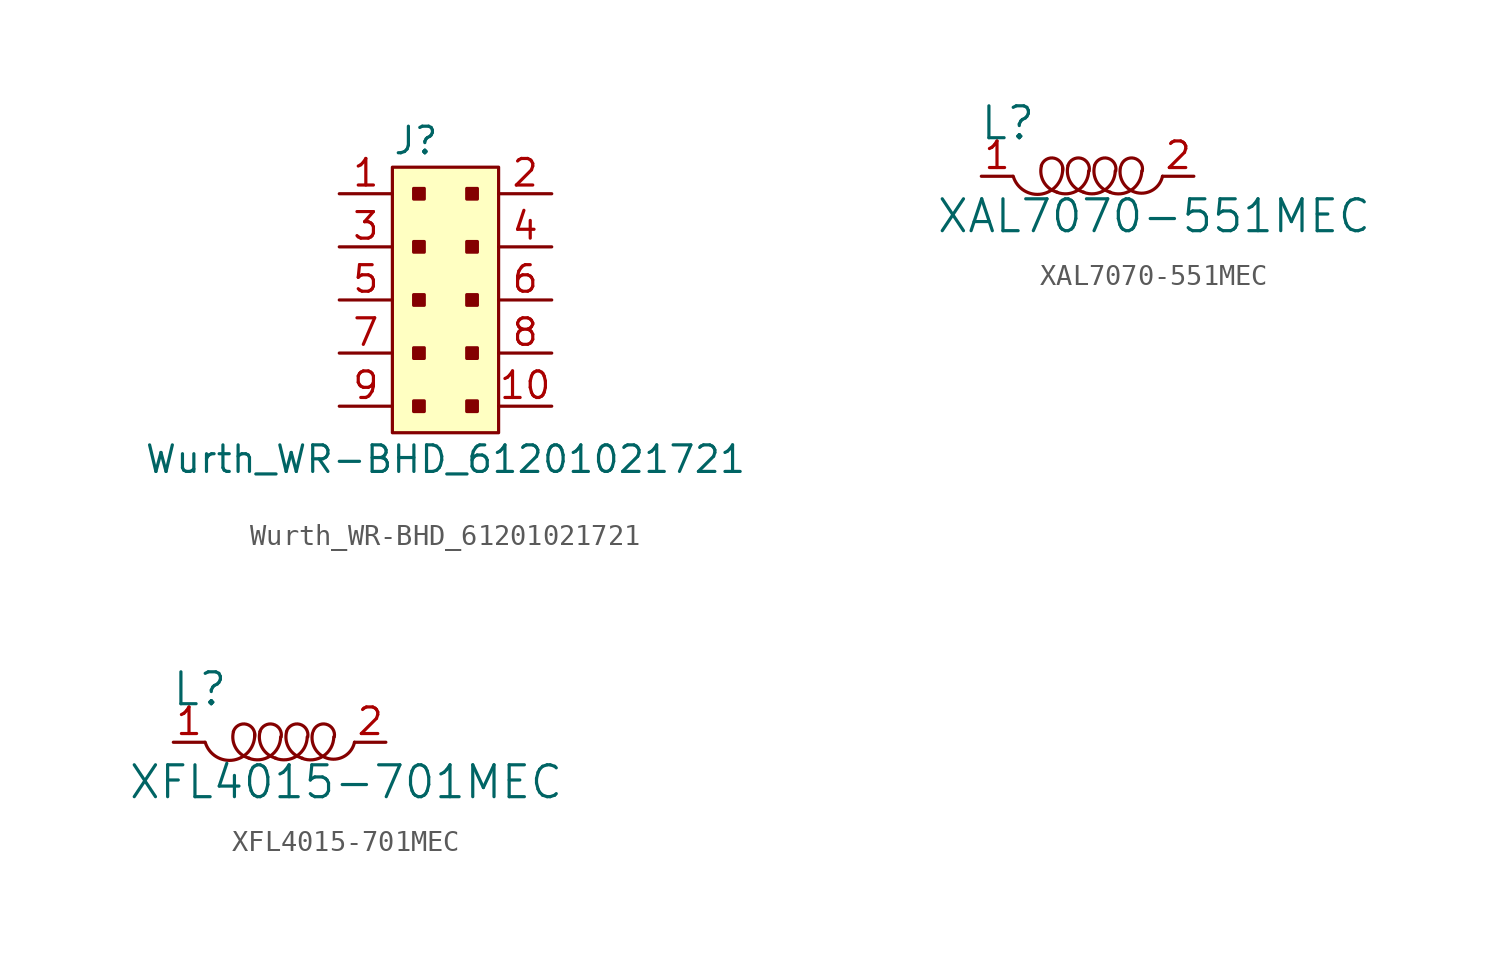
<source format=kicad_sym>
(kicad_symbol_lib
  (version 20211014)
  (generator kicad_symbol_editor)
  (symbol "Wurth_WR-BHD_61201021721"
    (pin_names
      (offset 1.016))
    (property "Reference" "J"
      (at -2.54 7.62 0)
      (effects (font (size 1.27 1.27)) (justify left)))
    (property "Value" "Wurth_WR-BHD_61201021721"
      (at 0 -7.62 0)
      (effects (font (size 1.27 1.27))))
    (symbol "Wurth_WR-BHD_61201021721_1_1"
      (rectangle (start -2.54 6.35) (end 2.54 -6.35) (stroke (width 0) (type default) (color 0 0 0 0)) (fill (type background)))
      (rectangle (start -1.524 -4.826) (end -1.016 -5.334) (stroke (width 0) (type default) (color 0 0 0 0)) (fill (type outline)))
      (rectangle (start -1.524 -2.286) (end -1.016 -2.794) (stroke (width 0) (type default) (color 0 0 0 0)) (fill (type outline)))
      (rectangle (start -1.524 0.254) (end -1.016 -0.254) (stroke (width 0) (type default) (color 0 0 0 0)) (fill (type outline)))
      (rectangle (start -1.524 2.794) (end -1.016 2.286) (stroke (width 0) (type default) (color 0 0 0 0)) (fill (type outline)))
      (rectangle (start -1.524 5.334) (end -1.016 4.826) (stroke (width 0) (type default) (color 0 0 0 0)) (fill (type outline)))
      (rectangle (start 1.016 -4.826) (end 1.524 -5.334) (stroke (width 0) (type default) (color 0 0 0 0)) (fill (type outline)))
      (rectangle (start 1.016 -2.286) (end 1.524 -2.794) (stroke (width 0) (type default) (color 0 0 0 0)) (fill (type outline)))
      (rectangle (start 1.016 0.254) (end 1.524 -0.254) (stroke (width 0) (type default) (color 0 0 0 0)) (fill (type outline)))
      (rectangle (start 1.016 2.794) (end 1.524 2.286) (stroke (width 0) (type default) (color 0 0 0 0)) (fill (type outline)))
      (rectangle (start 1.016 5.334) (end 1.524 4.826) (stroke (width 0) (type default) (color 0 0 0 0)) (fill (type outline)))
      (pin passive line (at -5.08 5.08 0) (length 2.54) (name "~" (effects (font (size 1.27 1.27)))) (number "1" (effects (font (size 1.27 1.27)))))
      (pin passive line (at 5.08 -5.08 180) (length 2.54) (name "~" (effects (font (size 1.27 1.27)))) (number "10" (effects (font (size 1.27 1.27)))))
      (pin passive line (at 5.08 5.08 180) (length 2.54) (name "~" (effects (font (size 1.27 1.27)))) (number "2" (effects (font (size 1.27 1.27)))))
      (pin passive line (at -5.08 2.54 0) (length 2.54) (name "~" (effects (font (size 1.27 1.27)))) (number "3" (effects (font (size 1.27 1.27)))))
      (pin passive line (at 5.08 2.54 180) (length 2.54) (name "~" (effects (font (size 1.27 1.27)))) (number "4" (effects (font (size 1.27 1.27)))))
      (pin passive line (at -5.08 0 0) (length 2.54) (name "~" (effects (font (size 1.27 1.27)))) (number "5" (effects (font (size 1.27 1.27)))))
      (pin passive line (at 5.08 0 180) (length 2.54) (name "~" (effects (font (size 1.27 1.27)))) (number "6" (effects (font (size 1.27 1.27)))))
      (pin passive line (at -5.08 -2.54 0) (length 2.54) (name "~" (effects (font (size 1.27 1.27)))) (number "7" (effects (font (size 1.27 1.27)))))
      (pin passive line (at 5.08 -2.54 180) (length 2.54) (name "~" (effects (font (size 1.27 1.27)))) (number "8" (effects (font (size 1.27 1.27)))))
      (pin passive line (at -5.08 -5.08 0) (length 2.54) (name "~" (effects (font (size 1.27 1.27)))) (number "9" (effects (font (size 1.27 1.27)))))))
  (symbol "XAL7070-551MEC"
    (pin_names
      (offset 1.016))
    (property "Reference" "L"
      (at -3.81 2.54 0)
      (effects (font (size 1.524 1.524))))
    (property "Value" "XAL7070-551MEC"
      (at 3.175 -1.905 0)
      (effects (font (size 1.524 1.524))))
    (symbol "XAL7070-551MEC_0_1"
      (arc (start -3.556 0) (mid -2.1694 -0.8461) (end -1.1938 0.4318) (stroke (width 0) (type default) (color 0 0 0 0)) (fill (type none)))
      (arc (start -2.2098 0.508) (mid -2.0918 -0.2848) (end -1.4478 -0.762) (stroke (width 0) (type default) (color 0 0 0 0)) (fill (type none)))
      (arc (start -1.4732 -0.762) (mid -0.4347 -0.6489) (end 0.0508 0.254) (stroke (width 0) (type default) (color 0 0 0 0)) (fill (type none)))
      (arc (start -1.1938 0.254) (mid -1.5764 0.8583) (end -2.2098 0.508) (stroke (width 0) (type default) (color 0 0 0 0)) (fill (type none)))
      (arc (start -0.9398 0.508) (mid -0.8218 -0.2848) (end -0.1778 -0.762) (stroke (width 0) (type default) (color 0 0 0 0)) (fill (type none)))
      (arc (start -0.2032 -0.762) (mid 0.8353 -0.6489) (end 1.3208 0.254) (stroke (width 0) (type default) (color 0 0 0 0)) (fill (type none)))
      (arc (start 0.0762 0.254) (mid -0.3064 0.8583) (end -0.9398 0.508) (stroke (width 0) (type default) (color 0 0 0 0)) (fill (type none)))
      (arc (start 0.3302 0.508) (mid 0.4482 -0.2848) (end 1.0922 -0.762) (stroke (width 0) (type default) (color 0 0 0 0)) (fill (type none)))
      (arc (start 1.0668 -0.762) (mid 2.1053 -0.6489) (end 2.5908 0.254) (stroke (width 0) (type default) (color 0 0 0 0)) (fill (type none)))
      (arc (start 1.3462 0.254) (mid 0.9636 0.8583) (end 0.3302 0.508) (stroke (width 0) (type default) (color 0 0 0 0)) (fill (type none)))
      (arc (start 1.5748 0.4318) (mid 2.3727 -0.7843) (end 3.5814 0) (stroke (width 0) (type default) (color 0 0 0 0)) (fill (type none)))
      (arc (start 2.6162 0.254) (mid 2.2336 0.8583) (end 1.6002 0.508) (stroke (width 0) (type default) (color 0 0 0 0)) (fill (type none))))
    (symbol "XAL7070-551MEC_1_1"
      (pin passive line (at -5.08 0 0) (length 1.499) (name "~" (effects (font (size 1.27 1.27)))) (number "1" (effects (font (size 1.27 1.27)))))
      (pin passive line (at 5.08 0 180) (length 1.499) (name "~" (effects (font (size 1.27 1.27)))) (number "2" (effects (font (size 1.27 1.27)))))))
  (symbol "XFL4015-701MEC"
    (pin_names
      (offset 1.016))
    (property "Reference" "L"
      (at -3.81 2.54 0)
      (effects (font (size 1.524 1.524))))
    (property "Value" "XFL4015-701MEC"
      (at 3.175 -1.905 0)
      (effects (font (size 1.524 1.524))))
    (symbol "XFL4015-701MEC_0_1"
      (arc (start -3.556 0) (mid -2.1694 -0.8461) (end -1.1938 0.4318) (stroke (width 0) (type default) (color 0 0 0 0)) (fill (type none)))
      (arc (start -2.2098 0.508) (mid -2.0918 -0.2848) (end -1.4478 -0.762) (stroke (width 0) (type default) (color 0 0 0 0)) (fill (type none)))
      (arc (start -1.4732 -0.762) (mid -0.4347 -0.6489) (end 0.0508 0.254) (stroke (width 0) (type default) (color 0 0 0 0)) (fill (type none)))
      (arc (start -1.1938 0.254) (mid -1.5764 0.8583) (end -2.2098 0.508) (stroke (width 0) (type default) (color 0 0 0 0)) (fill (type none)))
      (arc (start -0.9398 0.508) (mid -0.8218 -0.2848) (end -0.1778 -0.762) (stroke (width 0) (type default) (color 0 0 0 0)) (fill (type none)))
      (arc (start -0.2032 -0.762) (mid 0.8353 -0.6489) (end 1.3208 0.254) (stroke (width 0) (type default) (color 0 0 0 0)) (fill (type none)))
      (arc (start 0.0762 0.254) (mid -0.3064 0.8583) (end -0.9398 0.508) (stroke (width 0) (type default) (color 0 0 0 0)) (fill (type none)))
      (arc (start 0.3302 0.508) (mid 0.4482 -0.2848) (end 1.0922 -0.762) (stroke (width 0) (type default) (color 0 0 0 0)) (fill (type none)))
      (arc (start 1.0668 -0.762) (mid 2.1053 -0.6489) (end 2.5908 0.254) (stroke (width 0) (type default) (color 0 0 0 0)) (fill (type none)))
      (arc (start 1.3462 0.254) (mid 0.9636 0.8583) (end 0.3302 0.508) (stroke (width 0) (type default) (color 0 0 0 0)) (fill (type none)))
      (arc (start 1.5748 0.4318) (mid 2.3727 -0.7843) (end 3.5814 0) (stroke (width 0) (type default) (color 0 0 0 0)) (fill (type none)))
      (arc (start 2.6162 0.254) (mid 2.2336 0.8583) (end 1.6002 0.508) (stroke (width 0) (type default) (color 0 0 0 0)) (fill (type none))))
    (symbol "XFL4015-701MEC_1_1"
      (pin passive line (at -5.08 0 0) (length 1.499) (name "~" (effects (font (size 1.27 1.27)))) (number "1" (effects (font (size 1.27 1.27)))))
      (pin passive line (at 5.08 0 180) (length 1.499) (name "~" (effects (font (size 1.27 1.27)))) (number "2" (effects (font (size 1.27 1.27))))))))
</source>
